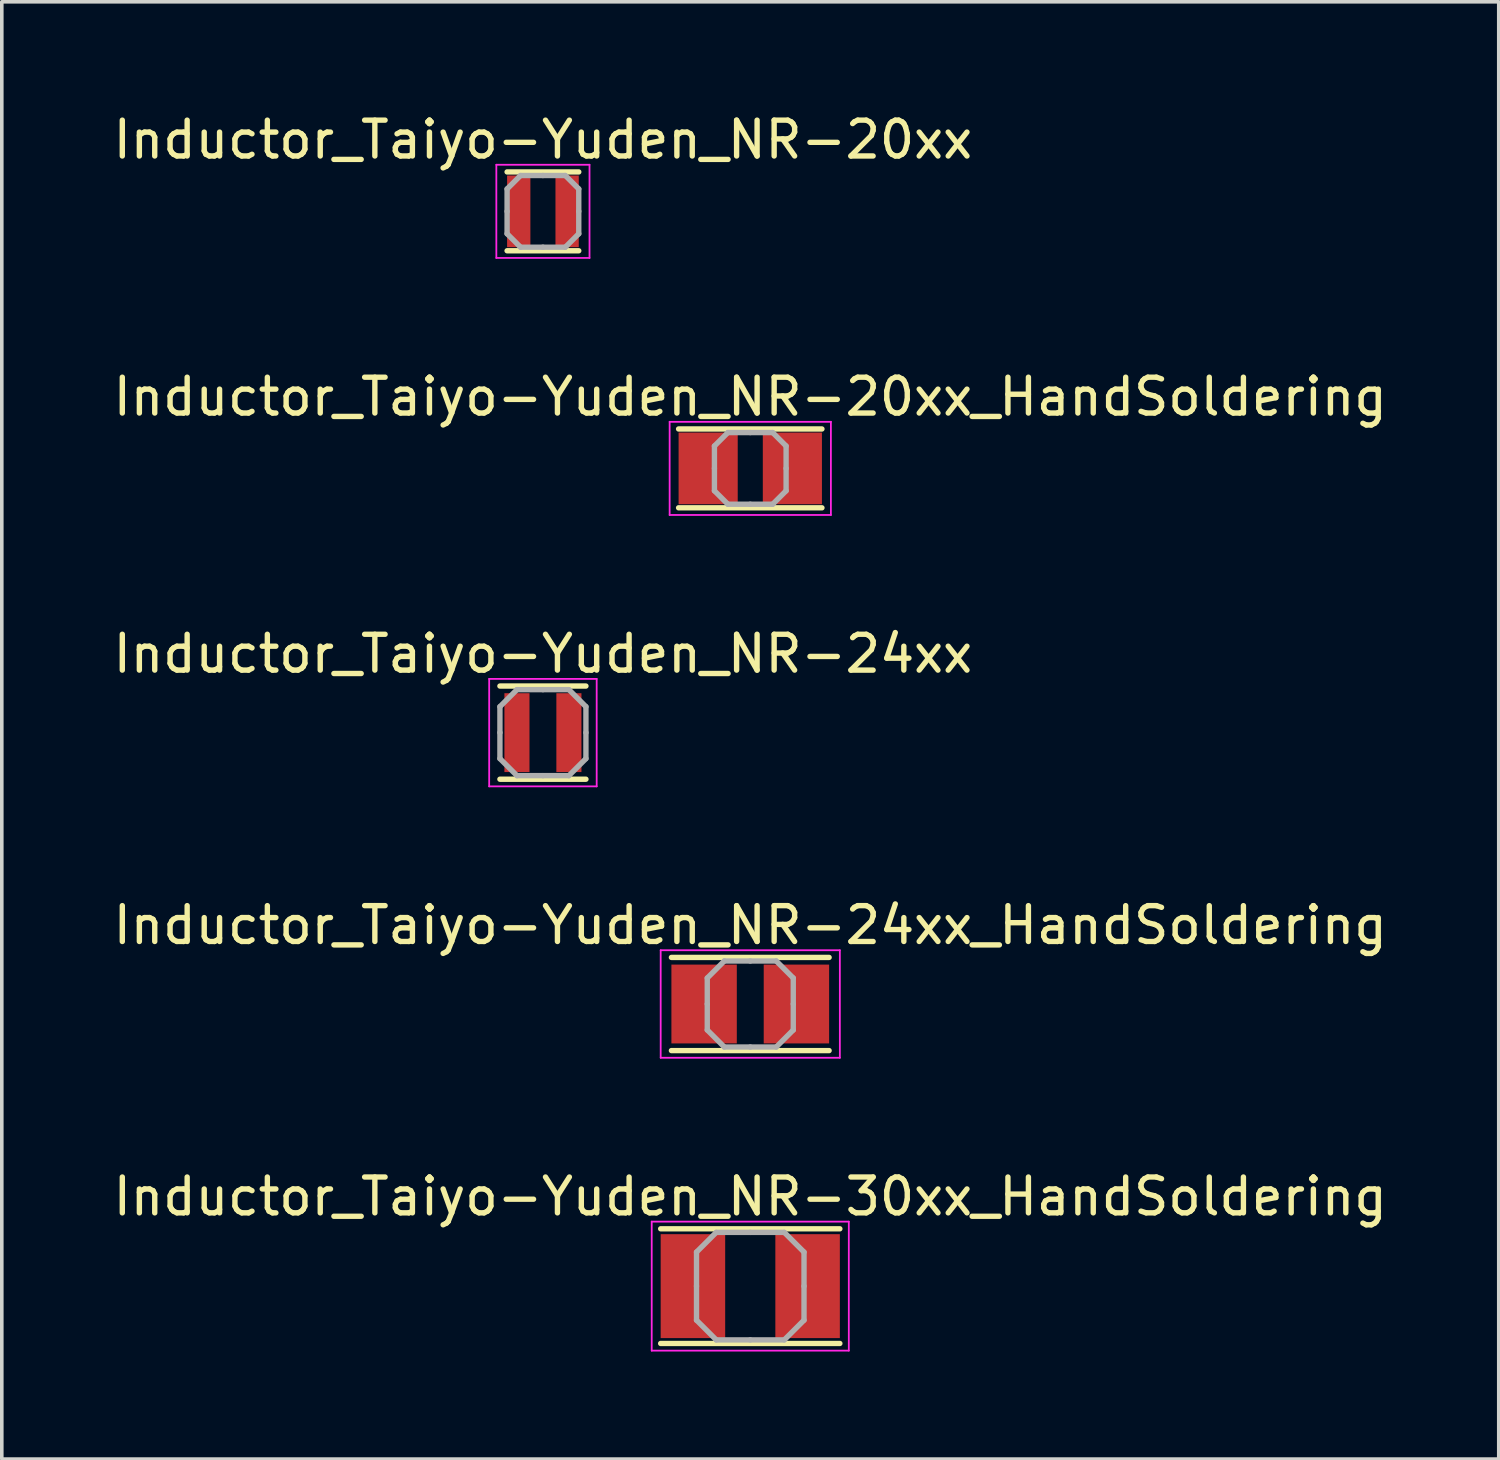
<source format=kicad_pcb>
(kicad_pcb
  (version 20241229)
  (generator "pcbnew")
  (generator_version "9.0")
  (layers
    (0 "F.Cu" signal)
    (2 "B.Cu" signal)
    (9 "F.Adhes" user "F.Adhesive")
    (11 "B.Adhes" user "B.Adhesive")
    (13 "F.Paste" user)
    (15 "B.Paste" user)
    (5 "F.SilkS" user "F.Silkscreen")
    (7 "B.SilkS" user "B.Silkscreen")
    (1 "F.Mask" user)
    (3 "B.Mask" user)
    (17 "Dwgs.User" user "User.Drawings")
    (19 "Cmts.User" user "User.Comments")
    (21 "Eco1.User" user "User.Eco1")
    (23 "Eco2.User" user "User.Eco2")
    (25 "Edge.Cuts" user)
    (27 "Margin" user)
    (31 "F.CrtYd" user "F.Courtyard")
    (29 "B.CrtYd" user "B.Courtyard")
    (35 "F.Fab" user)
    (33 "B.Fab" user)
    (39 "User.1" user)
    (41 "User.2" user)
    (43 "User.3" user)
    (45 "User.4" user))
  (footprint "Inductor_Taiyo-Yuden_NR-30xx_HandSoldering"
    (layer "F.Cu")
    (at 17.887 32.841)
    (property "Reference" "Inductor_Taiyo-Yuden_NR-30xx_HandSoldering" (at 0 -2.5 0) (layer "F.SilkS") (effects (font (size 1 1) (thickness 0.15))))
    (attr smd)
    (fp_line (start -2.5 -1.6) (end 2.5 -1.6) (stroke (width 0.15) (type solid)) (layer "F.SilkS"))
    (fp_line (start -2.5 1.6) (end 2.5 1.6) (stroke (width 0.15) (type solid)) (layer "F.SilkS"))
    (fp_line (start -2.75 -1.8) (end -2.75 1.8) (stroke (width 0.05) (type solid)) (layer "F.CrtYd"))
    (fp_line (start -2.75 1.8) (end 2.75 1.8) (stroke (width 0.05) (type solid)) (layer "F.CrtYd"))
    (fp_line (start 2.75 -1.8) (end -2.75 -1.8) (stroke (width 0.05) (type solid)) (layer "F.CrtYd"))
    (fp_line (start 2.75 1.8) (end 2.75 -1.8) (stroke (width 0.05) (type solid)) (layer "F.CrtYd"))
    (fp_line (start -1.5 -0.95) (end -0.95 -1.5) (stroke (width 0.15) (type solid)) (layer "F.Fab"))
    (fp_line (start -1.5 0) (end -1.5 -0.95) (stroke (width 0.15) (type solid)) (layer "F.Fab"))
    (fp_line (start -1.5 0) (end -1.5 0.95) (stroke (width 0.15) (type solid)) (layer "F.Fab"))
    (fp_line (start -1.5 0.95) (end -0.95 1.5) (stroke (width 0.15) (type solid)) (layer "F.Fab"))
    (fp_line (start -0.95 -1.5) (end 0 -1.5) (stroke (width 0.15) (type solid)) (layer "F.Fab"))
    (fp_line (start -0.95 1.5) (end 0 1.5) (stroke (width 0.15) (type solid)) (layer "F.Fab"))
    (fp_line (start 0.95 -1.5) (end 0 -1.5) (stroke (width 0.15) (type solid)) (layer "F.Fab"))
    (fp_line (start 0.95 1.5) (end 0 1.5) (stroke (width 0.15) (type solid)) (layer "F.Fab"))
    (fp_line (start 1.5 -0.95) (end 0.95 -1.5) (stroke (width 0.15) (type solid)) (layer "F.Fab"))
    (fp_line (start 1.5 0) (end 1.5 -0.95) (stroke (width 0.15) (type solid)) (layer "F.Fab"))
    (fp_line (start 1.5 0) (end 1.5 0.95) (stroke (width 0.15) (type solid)) (layer "F.Fab"))
    (fp_line (start 1.5 0.95) (end 0.95 1.5) (stroke (width 0.15) (type solid)) (layer "F.Fab"))
    (pad "1" smd rect (at -1.6 0) (size 1.8 2.9) (layers "F.Cu" "F.Mask" "F.Paste"))
    (pad "2" smd rect (at 1.6 0) (size 1.8 2.9) (layers "F.Cu" "F.Mask" "F.Paste")))
  (footprint "Inductor_Taiyo-Yuden_NR-24xx_HandSoldering"
    (layer "F.Cu")
    (at 17.887 24.968)
    (property "Reference" "Inductor_Taiyo-Yuden_NR-24xx_HandSoldering" (at 0 -2.2 0) (layer "F.SilkS") (effects (font (size 1 1) (thickness 0.15))))
    (attr smd)
    (fp_line (start -2.2 -1.3) (end 2.2 -1.3) (stroke (width 0.15) (type solid)) (layer "F.SilkS"))
    (fp_line (start -2.2 1.3) (end 2.2 1.3) (stroke (width 0.15) (type solid)) (layer "F.SilkS"))
    (fp_line (start -2.5 -1.5) (end -2.5 1.5) (stroke (width 0.05) (type solid)) (layer "F.CrtYd"))
    (fp_line (start -2.5 1.5) (end 2.5 1.5) (stroke (width 0.05) (type solid)) (layer "F.CrtYd"))
    (fp_line (start 2.5 -1.5) (end -2.5 -1.5) (stroke (width 0.05) (type solid)) (layer "F.CrtYd"))
    (fp_line (start 2.5 1.5) (end 2.5 -1.5) (stroke (width 0.05) (type solid)) (layer "F.CrtYd"))
    (fp_line (start -1.2 -0.725) (end -0.725 -1.2) (stroke (width 0.15) (type solid)) (layer "F.Fab"))
    (fp_line (start -1.2 0) (end -1.2 -0.725) (stroke (width 0.15) (type solid)) (layer "F.Fab"))
    (fp_line (start -1.2 0) (end -1.2 0.725) (stroke (width 0.15) (type solid)) (layer "F.Fab"))
    (fp_line (start -1.2 0.725) (end -0.725 1.2) (stroke (width 0.15) (type solid)) (layer "F.Fab"))
    (fp_line (start -0.725 -1.2) (end 0 -1.2) (stroke (width 0.15) (type solid)) (layer "F.Fab"))
    (fp_line (start -0.725 1.2) (end 0 1.2) (stroke (width 0.15) (type solid)) (layer "F.Fab"))
    (fp_line (start 0.725 -1.2) (end 0 -1.2) (stroke (width 0.15) (type solid)) (layer "F.Fab"))
    (fp_line (start 0.725 1.2) (end 0 1.2) (stroke (width 0.15) (type solid)) (layer "F.Fab"))
    (fp_line (start 1.2 -0.725) (end 0.725 -1.2) (stroke (width 0.15) (type solid)) (layer "F.Fab"))
    (fp_line (start 1.2 0) (end 1.2 -0.725) (stroke (width 0.15) (type solid)) (layer "F.Fab"))
    (fp_line (start 1.2 0) (end 1.2 0.725) (stroke (width 0.15) (type solid)) (layer "F.Fab"))
    (fp_line (start 1.2 0.725) (end 0.725 1.2) (stroke (width 0.15) (type solid)) (layer "F.Fab"))
    (pad "1" smd rect (at -1.288 0) (size 1.825 2.2) (layers "F.Cu" "F.Mask" "F.Paste"))
    (pad "2" smd rect (at 1.288 0) (size 1.825 2.2) (layers "F.Cu" "F.Mask" "F.Paste")))
  (footprint "Inductor_Taiyo-Yuden_NR-20xx_HandSoldering"
    (layer "F.Cu")
    (at 17.887 10.021)
    (property "Reference" "Inductor_Taiyo-Yuden_NR-20xx_HandSoldering" (at 0 -2 0) (layer "F.SilkS") (effects (font (size 1 1) (thickness 0.15))))
    (attr smd)
    (fp_line (start -2 -1.1) (end 2 -1.1) (stroke (width 0.15) (type solid)) (layer "F.SilkS"))
    (fp_line (start -2 1.1) (end 2 1.1) (stroke (width 0.15) (type solid)) (layer "F.SilkS"))
    (fp_line (start -2.25 -1.3) (end -2.25 1.3) (stroke (width 0.05) (type solid)) (layer "F.CrtYd"))
    (fp_line (start -2.25 1.3) (end 2.25 1.3) (stroke (width 0.05) (type solid)) (layer "F.CrtYd"))
    (fp_line (start 2.25 -1.3) (end -2.25 -1.3) (stroke (width 0.05) (type solid)) (layer "F.CrtYd"))
    (fp_line (start 2.25 1.3) (end 2.25 -1.3) (stroke (width 0.05) (type solid)) (layer "F.CrtYd"))
    (fp_line (start -1 -0.625) (end -0.625 -1) (stroke (width 0.15) (type solid)) (layer "F.Fab"))
    (fp_line (start -1 0) (end -1 -0.625) (stroke (width 0.15) (type solid)) (layer "F.Fab"))
    (fp_line (start -1 0) (end -1 0.625) (stroke (width 0.15) (type solid)) (layer "F.Fab"))
    (fp_line (start -1 0.625) (end -0.625 1) (stroke (width 0.15) (type solid)) (layer "F.Fab"))
    (fp_line (start -0.625 -1) (end 0 -1) (stroke (width 0.15) (type solid)) (layer "F.Fab"))
    (fp_line (start -0.625 1) (end 0 1) (stroke (width 0.15) (type solid)) (layer "F.Fab"))
    (fp_line (start 0.625 -1) (end 0 -1) (stroke (width 0.15) (type solid)) (layer "F.Fab"))
    (fp_line (start 0.625 1) (end 0 1) (stroke (width 0.15) (type solid)) (layer "F.Fab"))
    (fp_line (start 1 -0.625) (end 0.625 -1) (stroke (width 0.15) (type solid)) (layer "F.Fab"))
    (fp_line (start 1 0) (end 1 -0.625) (stroke (width 0.15) (type solid)) (layer "F.Fab"))
    (fp_line (start 1 0) (end 1 0.625) (stroke (width 0.15) (type solid)) (layer "F.Fab"))
    (fp_line (start 1 0.625) (end 0.625 1) (stroke (width 0.15) (type solid)) (layer "F.Fab"))
    (pad "1" smd rect (at -1.175 0) (size 1.65 2) (layers "F.Cu" "F.Mask" "F.Paste"))
    (pad "2" smd rect (at 1.175 0) (size 1.65 2) (layers "F.Cu" "F.Mask" "F.Paste")))
  (footprint "Inductor_Taiyo-Yuden_NR-20xx"
    (layer "F.Cu")
    (at 12.101 2.848)
    (property "Reference" "Inductor_Taiyo-Yuden_NR-20xx" (at 0 -2 0) (layer "F.SilkS") (effects (font (size 1 1) (thickness 0.15))))
    (attr smd)
    (fp_line (start -1 -1.1) (end 1 -1.1) (stroke (width 0.15) (type solid)) (layer "F.SilkS"))
    (fp_line (start -1 1.1) (end 1 1.1) (stroke (width 0.15) (type solid)) (layer "F.SilkS"))
    (fp_line (start -1.3 -1.3) (end -1.3 1.3) (stroke (width 0.05) (type solid)) (layer "F.CrtYd"))
    (fp_line (start -1.3 1.3) (end 1.3 1.3) (stroke (width 0.05) (type solid)) (layer "F.CrtYd"))
    (fp_line (start 1.3 -1.3) (end -1.3 -1.3) (stroke (width 0.05) (type solid)) (layer "F.CrtYd"))
    (fp_line (start 1.3 1.3) (end 1.3 -1.3) (stroke (width 0.05) (type solid)) (layer "F.CrtYd"))
    (fp_line (start -1 -0.625) (end -0.625 -1) (stroke (width 0.15) (type solid)) (layer "F.Fab"))
    (fp_line (start -1 0) (end -1 -0.625) (stroke (width 0.15) (type solid)) (layer "F.Fab"))
    (fp_line (start -1 0) (end -1 0.625) (stroke (width 0.15) (type solid)) (layer "F.Fab"))
    (fp_line (start -1 0.625) (end -0.625 1) (stroke (width 0.15) (type solid)) (layer "F.Fab"))
    (fp_line (start -0.625 -1) (end 0 -1) (stroke (width 0.15) (type solid)) (layer "F.Fab"))
    (fp_line (start -0.625 1) (end 0 1) (stroke (width 0.15) (type solid)) (layer "F.Fab"))
    (fp_line (start 0.625 -1) (end 0 -1) (stroke (width 0.15) (type solid)) (layer "F.Fab"))
    (fp_line (start 0.625 1) (end 0 1) (stroke (width 0.15) (type solid)) (layer "F.Fab"))
    (fp_line (start 1 -0.625) (end 0.625 -1) (stroke (width 0.15) (type solid)) (layer "F.Fab"))
    (fp_line (start 1 0) (end 1 -0.625) (stroke (width 0.15) (type solid)) (layer "F.Fab"))
    (fp_line (start 1 0) (end 1 0.625) (stroke (width 0.15) (type solid)) (layer "F.Fab"))
    (fp_line (start 1 0.625) (end 0.625 1) (stroke (width 0.15) (type solid)) (layer "F.Fab"))
    (pad "1" smd rect (at -0.675 0) (size 0.65 2) (layers "F.Cu" "F.Mask" "F.Paste"))
    (pad "2" smd rect (at 0.675 0) (size 0.65 2) (layers "F.Cu" "F.Mask" "F.Paste")))
  (footprint "Inductor_Taiyo-Yuden_NR-24xx"
    (layer "F.Cu")
    (at 12.101 17.395)
    (property "Reference" "Inductor_Taiyo-Yuden_NR-24xx" (at 0 -2.2 0) (layer "F.SilkS") (effects (font (size 1 1) (thickness 0.15))))
    (attr smd)
    (fp_line (start -1.2 -1.3) (end 1.2 -1.3) (stroke (width 0.15) (type solid)) (layer "F.SilkS"))
    (fp_line (start -1.2 1.3) (end 1.2 1.3) (stroke (width 0.15) (type solid)) (layer "F.SilkS"))
    (fp_line (start -1.5 -1.5) (end -1.5 1.5) (stroke (width 0.05) (type solid)) (layer "F.CrtYd"))
    (fp_line (start -1.5 1.5) (end 1.5 1.5) (stroke (width 0.05) (type solid)) (layer "F.CrtYd"))
    (fp_line (start 1.5 -1.5) (end -1.5 -1.5) (stroke (width 0.05) (type solid)) (layer "F.CrtYd"))
    (fp_line (start 1.5 1.5) (end 1.5 -1.5) (stroke (width 0.05) (type solid)) (layer "F.CrtYd"))
    (fp_line (start -1.2 -0.725) (end -0.725 -1.2) (stroke (width 0.15) (type solid)) (layer "F.Fab"))
    (fp_line (start -1.2 0) (end -1.2 -0.725) (stroke (width 0.15) (type solid)) (layer "F.Fab"))
    (fp_line (start -1.2 0) (end -1.2 0.725) (stroke (width 0.15) (type solid)) (layer "F.Fab"))
    (fp_line (start -1.2 0.725) (end -0.725 1.2) (stroke (width 0.15) (type solid)) (layer "F.Fab"))
    (fp_line (start -0.725 -1.2) (end 0 -1.2) (stroke (width 0.15) (type solid)) (layer "F.Fab"))
    (fp_line (start -0.725 1.2) (end 0 1.2) (stroke (width 0.15) (type solid)) (layer "F.Fab"))
    (fp_line (start 0.725 -1.2) (end 0 -1.2) (stroke (width 0.15) (type solid)) (layer "F.Fab"))
    (fp_line (start 0.725 1.2) (end 0 1.2) (stroke (width 0.15) (type solid)) (layer "F.Fab"))
    (fp_line (start 1.2 -0.725) (end 0.725 -1.2) (stroke (width 0.15) (type solid)) (layer "F.Fab"))
    (fp_line (start 1.2 0) (end 1.2 -0.725) (stroke (width 0.15) (type solid)) (layer "F.Fab"))
    (fp_line (start 1.2 0) (end 1.2 0.725) (stroke (width 0.15) (type solid)) (layer "F.Fab"))
    (fp_line (start 1.2 0.725) (end 0.725 1.2) (stroke (width 0.15) (type solid)) (layer "F.Fab"))
    (pad "1" smd rect (at -0.725 0) (size 0.7 2.2) (layers "F.Cu" "F.Mask" "F.Paste"))
    (pad "2" smd rect (at 0.725 0) (size 0.7 2.2) (layers "F.Cu" "F.Mask" "F.Paste")))
  (gr_rect
    (start -3 -3)
    (end 38.774 37.666)
    (stroke (width 0.1) (type default))
    (fill no)
    (layer "Edge.Cuts")))
</source>
